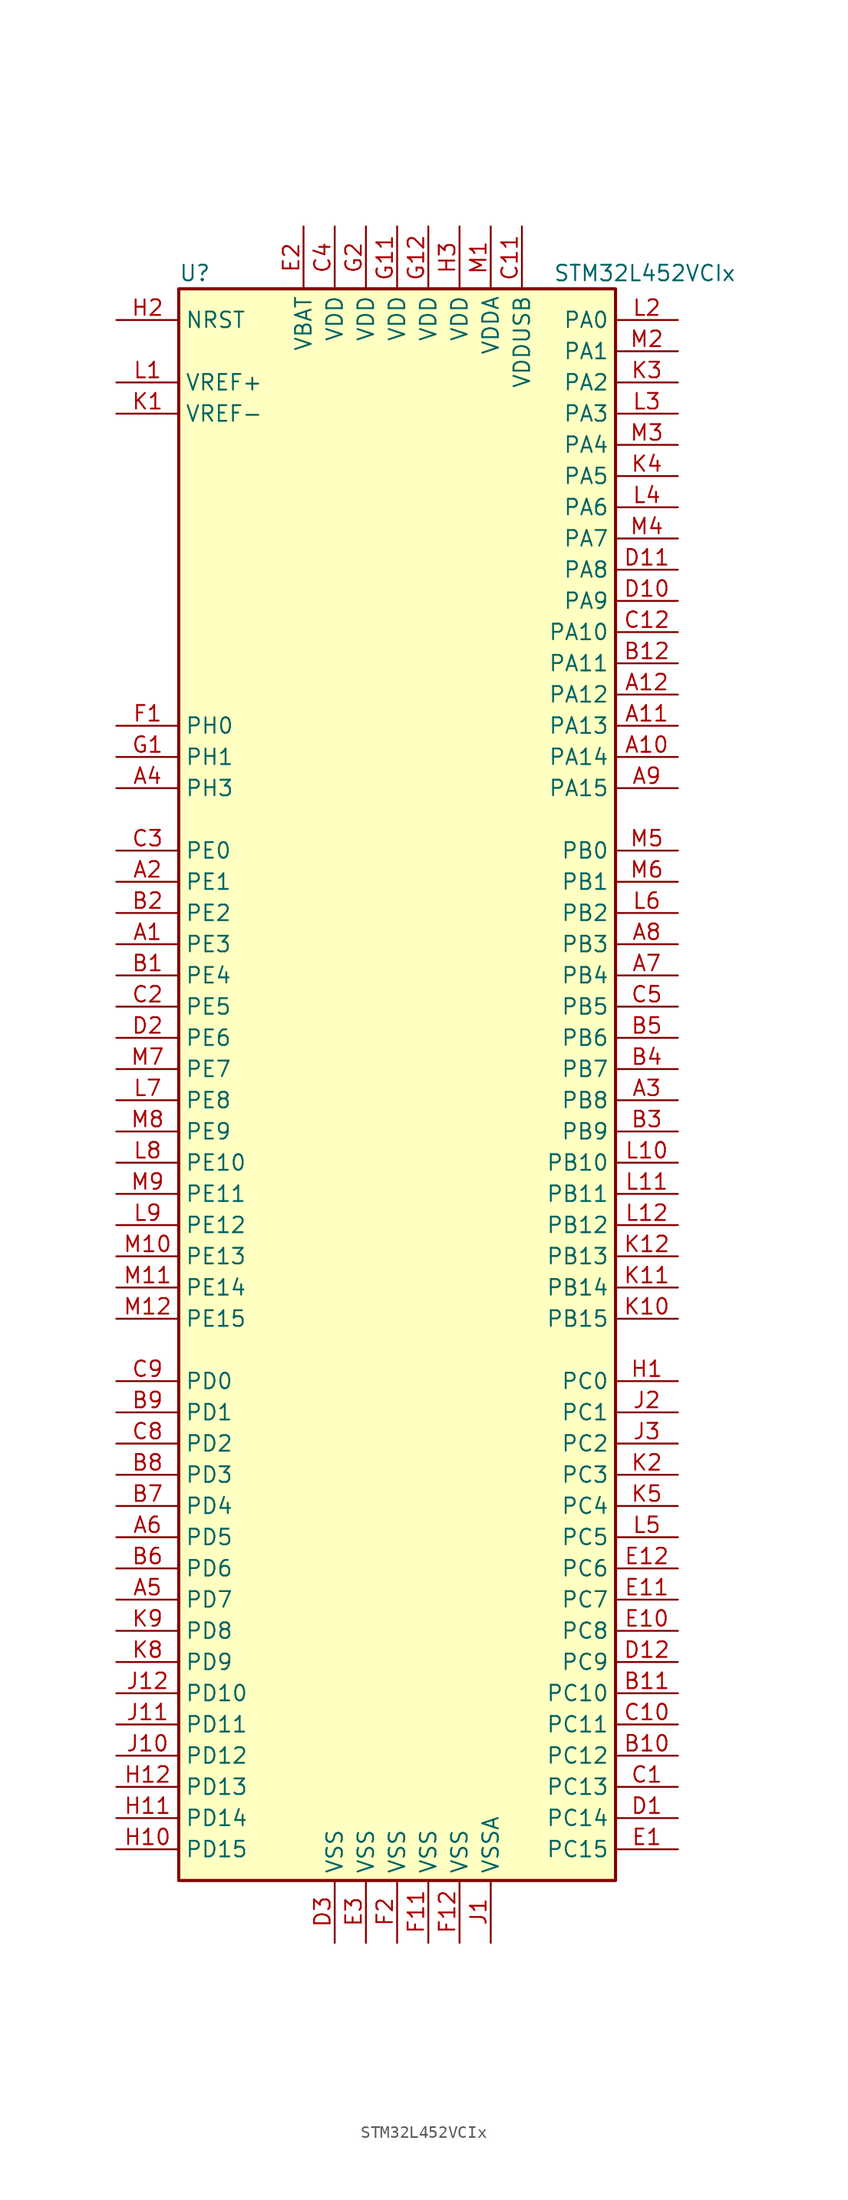
<source format=kicad_sym>
(kicad_symbol_lib
  (version 20201005)
  (generator kicad_symbol_editor)
  (symbol "STM32L452VCIx"
    (property "Reference" "U"
      (at -17.78 64.77 0)
      (effects (font (size 1.27 1.27)) (justify left)))
    (property "Value" "STM32L452VCIx"
      (at 12.7 64.77 0)
      (effects (font (size 1.27 1.27)) (justify left)))
    (symbol "STM32L452VCIx_0_1"
      (rectangle (start -17.78 -66.04) (end 17.78 63.5) (stroke (width 0.254)) (fill (type background))))
    (symbol "STM32L452VCIx_1_1"
      (pin bidirectional line (at -22.86 10.16 0) (length 5.08) (name "PE3" (effects (font (size 1.27 1.27)))) (number "A1" (effects (font (size 1.27 1.27)))))
      (pin bidirectional line (at 22.86 25.4 180) (length 5.08) (name "PA14" (effects (font (size 1.27 1.27)))) (number "A10" (effects (font (size 1.27 1.27)))))
      (pin bidirectional line (at 22.86 27.94 180) (length 5.08) (name "PA13" (effects (font (size 1.27 1.27)))) (number "A11" (effects (font (size 1.27 1.27)))))
      (pin bidirectional line (at 22.86 30.48 180) (length 5.08) (name "PA12" (effects (font (size 1.27 1.27)))) (number "A12" (effects (font (size 1.27 1.27)))))
      (pin bidirectional line (at -22.86 15.24 0) (length 5.08) (name "PE1" (effects (font (size 1.27 1.27)))) (number "A2" (effects (font (size 1.27 1.27)))))
      (pin bidirectional line (at 22.86 -2.54 180) (length 5.08) (name "PB8" (effects (font (size 1.27 1.27)))) (number "A3" (effects (font (size 1.27 1.27)))))
      (pin bidirectional line (at -22.86 22.86 0) (length 5.08) (name "PH3" (effects (font (size 1.27 1.27)))) (number "A4" (effects (font (size 1.27 1.27)))))
      (pin bidirectional line (at -22.86 -43.18 0) (length 5.08) (name "PD7" (effects (font (size 1.27 1.27)))) (number "A5" (effects (font (size 1.27 1.27)))))
      (pin bidirectional line (at -22.86 -38.1 0) (length 5.08) (name "PD5" (effects (font (size 1.27 1.27)))) (number "A6" (effects (font (size 1.27 1.27)))))
      (pin bidirectional line (at 22.86 7.62 180) (length 5.08) (name "PB4" (effects (font (size 1.27 1.27)))) (number "A7" (effects (font (size 1.27 1.27)))))
      (pin bidirectional line (at 22.86 10.16 180) (length 5.08) (name "PB3" (effects (font (size 1.27 1.27)))) (number "A8" (effects (font (size 1.27 1.27)))))
      (pin bidirectional line (at 22.86 22.86 180) (length 5.08) (name "PA15" (effects (font (size 1.27 1.27)))) (number "A9" (effects (font (size 1.27 1.27)))))
      (pin bidirectional line (at -22.86 7.62 0) (length 5.08) (name "PE4" (effects (font (size 1.27 1.27)))) (number "B1" (effects (font (size 1.27 1.27)))))
      (pin bidirectional line (at 22.86 -55.88 180) (length 5.08) (name "PC12" (effects (font (size 1.27 1.27)))) (number "B10" (effects (font (size 1.27 1.27)))))
      (pin bidirectional line (at 22.86 -50.8 180) (length 5.08) (name "PC10" (effects (font (size 1.27 1.27)))) (number "B11" (effects (font (size 1.27 1.27)))))
      (pin bidirectional line (at 22.86 33.02 180) (length 5.08) (name "PA11" (effects (font (size 1.27 1.27)))) (number "B12" (effects (font (size 1.27 1.27)))))
      (pin bidirectional line (at -22.86 12.7 0) (length 5.08) (name "PE2" (effects (font (size 1.27 1.27)))) (number "B2" (effects (font (size 1.27 1.27)))))
      (pin bidirectional line (at 22.86 -5.08 180) (length 5.08) (name "PB9" (effects (font (size 1.27 1.27)))) (number "B3" (effects (font (size 1.27 1.27)))))
      (pin bidirectional line (at 22.86 0 180) (length 5.08) (name "PB7" (effects (font (size 1.27 1.27)))) (number "B4" (effects (font (size 1.27 1.27)))))
      (pin bidirectional line (at 22.86 2.54 180) (length 5.08) (name "PB6" (effects (font (size 1.27 1.27)))) (number "B5" (effects (font (size 1.27 1.27)))))
      (pin bidirectional line (at -22.86 -40.64 0) (length 5.08) (name "PD6" (effects (font (size 1.27 1.27)))) (number "B6" (effects (font (size 1.27 1.27)))))
      (pin bidirectional line (at -22.86 -35.56 0) (length 5.08) (name "PD4" (effects (font (size 1.27 1.27)))) (number "B7" (effects (font (size 1.27 1.27)))))
      (pin bidirectional line (at -22.86 -33.02 0) (length 5.08) (name "PD3" (effects (font (size 1.27 1.27)))) (number "B8" (effects (font (size 1.27 1.27)))))
      (pin bidirectional line (at -22.86 -27.94 0) (length 5.08) (name "PD1" (effects (font (size 1.27 1.27)))) (number "B9" (effects (font (size 1.27 1.27)))))
      (pin bidirectional line (at 22.86 -58.42 180) (length 5.08) (name "PC13" (effects (font (size 1.27 1.27)))) (number "C1" (effects (font (size 1.27 1.27)))))
      (pin bidirectional line (at 22.86 -53.34 180) (length 5.08) (name "PC11" (effects (font (size 1.27 1.27)))) (number "C10" (effects (font (size 1.27 1.27)))))
      (pin power_in line (at 10.16 68.58 270) (length 5.08) (name "VDDUSB" (effects (font (size 1.27 1.27)))) (number "C11" (effects (font (size 1.27 1.27)))))
      (pin bidirectional line (at 22.86 35.56 180) (length 5.08) (name "PA10" (effects (font (size 1.27 1.27)))) (number "C12" (effects (font (size 1.27 1.27)))))
      (pin bidirectional line (at -22.86 5.08 0) (length 5.08) (name "PE5" (effects (font (size 1.27 1.27)))) (number "C2" (effects (font (size 1.27 1.27)))))
      (pin bidirectional line (at -22.86 17.78 0) (length 5.08) (name "PE0" (effects (font (size 1.27 1.27)))) (number "C3" (effects (font (size 1.27 1.27)))))
      (pin power_in line (at -5.08 68.58 270) (length 5.08) (name "VDD" (effects (font (size 1.27 1.27)))) (number "C4" (effects (font (size 1.27 1.27)))))
      (pin bidirectional line (at 22.86 5.08 180) (length 5.08) (name "PB5" (effects (font (size 1.27 1.27)))) (number "C5" (effects (font (size 1.27 1.27)))))
      (pin bidirectional line (at -22.86 -30.48 0) (length 5.08) (name "PD2" (effects (font (size 1.27 1.27)))) (number "C8" (effects (font (size 1.27 1.27)))))
      (pin bidirectional line (at -22.86 -25.4 0) (length 5.08) (name "PD0" (effects (font (size 1.27 1.27)))) (number "C9" (effects (font (size 1.27 1.27)))))
      (pin bidirectional line (at 22.86 -60.96 180) (length 5.08) (name "PC14" (effects (font (size 1.27 1.27)))) (number "D1" (effects (font (size 1.27 1.27)))))
      (pin bidirectional line (at 22.86 38.1 180) (length 5.08) (name "PA9" (effects (font (size 1.27 1.27)))) (number "D10" (effects (font (size 1.27 1.27)))))
      (pin bidirectional line (at 22.86 40.64 180) (length 5.08) (name "PA8" (effects (font (size 1.27 1.27)))) (number "D11" (effects (font (size 1.27 1.27)))))
      (pin bidirectional line (at 22.86 -48.26 180) (length 5.08) (name "PC9" (effects (font (size 1.27 1.27)))) (number "D12" (effects (font (size 1.27 1.27)))))
      (pin bidirectional line (at -22.86 2.54 0) (length 5.08) (name "PE6" (effects (font (size 1.27 1.27)))) (number "D2" (effects (font (size 1.27 1.27)))))
      (pin power_in line (at -5.08 -71.12 90) (length 5.08) (name "VSS" (effects (font (size 1.27 1.27)))) (number "D3" (effects (font (size 1.27 1.27)))))
      (pin bidirectional line (at 22.86 -63.5 180) (length 5.08) (name "PC15" (effects (font (size 1.27 1.27)))) (number "E1" (effects (font (size 1.27 1.27)))))
      (pin bidirectional line (at 22.86 -45.72 180) (length 5.08) (name "PC8" (effects (font (size 1.27 1.27)))) (number "E10" (effects (font (size 1.27 1.27)))))
      (pin bidirectional line (at 22.86 -43.18 180) (length 5.08) (name "PC7" (effects (font (size 1.27 1.27)))) (number "E11" (effects (font (size 1.27 1.27)))))
      (pin bidirectional line (at 22.86 -40.64 180) (length 5.08) (name "PC6" (effects (font (size 1.27 1.27)))) (number "E12" (effects (font (size 1.27 1.27)))))
      (pin power_in line (at -7.62 68.58 270) (length 5.08) (name "VBAT" (effects (font (size 1.27 1.27)))) (number "E2" (effects (font (size 1.27 1.27)))))
      (pin power_in line (at -2.54 -71.12 90) (length 5.08) (name "VSS" (effects (font (size 1.27 1.27)))) (number "E3" (effects (font (size 1.27 1.27)))))
      (pin input line (at -22.86 27.94 0) (length 5.08) (name "PH0" (effects (font (size 1.27 1.27)))) (number "F1" (effects (font (size 1.27 1.27)))))
      (pin power_in line (at 2.54 -71.12 90) (length 5.08) (name "VSS" (effects (font (size 1.27 1.27)))) (number "F11" (effects (font (size 1.27 1.27)))))
      (pin power_in line (at 5.08 -71.12 90) (length 5.08) (name "VSS" (effects (font (size 1.27 1.27)))) (number "F12" (effects (font (size 1.27 1.27)))))
      (pin power_in line (at 0 -71.12 90) (length 5.08) (name "VSS" (effects (font (size 1.27 1.27)))) (number "F2" (effects (font (size 1.27 1.27)))))
      (pin input line (at -22.86 25.4 0) (length 5.08) (name "PH1" (effects (font (size 1.27 1.27)))) (number "G1" (effects (font (size 1.27 1.27)))))
      (pin power_in line (at 0 68.58 270) (length 5.08) (name "VDD" (effects (font (size 1.27 1.27)))) (number "G11" (effects (font (size 1.27 1.27)))))
      (pin power_in line (at 2.54 68.58 270) (length 5.08) (name "VDD" (effects (font (size 1.27 1.27)))) (number "G12" (effects (font (size 1.27 1.27)))))
      (pin power_in line (at -2.54 68.58 270) (length 5.08) (name "VDD" (effects (font (size 1.27 1.27)))) (number "G2" (effects (font (size 1.27 1.27)))))
      (pin bidirectional line (at 22.86 -25.4 180) (length 5.08) (name "PC0" (effects (font (size 1.27 1.27)))) (number "H1" (effects (font (size 1.27 1.27)))))
      (pin bidirectional line (at -22.86 -63.5 0) (length 5.08) (name "PD15" (effects (font (size 1.27 1.27)))) (number "H10" (effects (font (size 1.27 1.27)))))
      (pin bidirectional line (at -22.86 -60.96 0) (length 5.08) (name "PD14" (effects (font (size 1.27 1.27)))) (number "H11" (effects (font (size 1.27 1.27)))))
      (pin bidirectional line (at -22.86 -58.42 0) (length 5.08) (name "PD13" (effects (font (size 1.27 1.27)))) (number "H12" (effects (font (size 1.27 1.27)))))
      (pin input line (at -22.86 60.96 0) (length 5.08) (name "NRST" (effects (font (size 1.27 1.27)))) (number "H2" (effects (font (size 1.27 1.27)))))
      (pin power_in line (at 5.08 68.58 270) (length 5.08) (name "VDD" (effects (font (size 1.27 1.27)))) (number "H3" (effects (font (size 1.27 1.27)))))
      (pin power_in line (at 7.62 -71.12 90) (length 5.08) (name "VSSA" (effects (font (size 1.27 1.27)))) (number "J1" (effects (font (size 1.27 1.27)))))
      (pin bidirectional line (at -22.86 -55.88 0) (length 5.08) (name "PD12" (effects (font (size 1.27 1.27)))) (number "J10" (effects (font (size 1.27 1.27)))))
      (pin bidirectional line (at -22.86 -53.34 0) (length 5.08) (name "PD11" (effects (font (size 1.27 1.27)))) (number "J11" (effects (font (size 1.27 1.27)))))
      (pin bidirectional line (at -22.86 -50.8 0) (length 5.08) (name "PD10" (effects (font (size 1.27 1.27)))) (number "J12" (effects (font (size 1.27 1.27)))))
      (pin bidirectional line (at 22.86 -27.94 180) (length 5.08) (name "PC1" (effects (font (size 1.27 1.27)))) (number "J2" (effects (font (size 1.27 1.27)))))
      (pin bidirectional line (at 22.86 -30.48 180) (length 5.08) (name "PC2" (effects (font (size 1.27 1.27)))) (number "J3" (effects (font (size 1.27 1.27)))))
      (pin power_in line (at -22.86 53.34 0) (length 5.08) (name "VREF-" (effects (font (size 1.27 1.27)))) (number "K1" (effects (font (size 1.27 1.27)))))
      (pin bidirectional line (at 22.86 -20.32 180) (length 5.08) (name "PB15" (effects (font (size 1.27 1.27)))) (number "K10" (effects (font (size 1.27 1.27)))))
      (pin bidirectional line (at 22.86 -17.78 180) (length 5.08) (name "PB14" (effects (font (size 1.27 1.27)))) (number "K11" (effects (font (size 1.27 1.27)))))
      (pin bidirectional line (at 22.86 -15.24 180) (length 5.08) (name "PB13" (effects (font (size 1.27 1.27)))) (number "K12" (effects (font (size 1.27 1.27)))))
      (pin bidirectional line (at 22.86 -33.02 180) (length 5.08) (name "PC3" (effects (font (size 1.27 1.27)))) (number "K2" (effects (font (size 1.27 1.27)))))
      (pin bidirectional line (at 22.86 55.88 180) (length 5.08) (name "PA2" (effects (font (size 1.27 1.27)))) (number "K3" (effects (font (size 1.27 1.27)))))
      (pin bidirectional line (at 22.86 48.26 180) (length 5.08) (name "PA5" (effects (font (size 1.27 1.27)))) (number "K4" (effects (font (size 1.27 1.27)))))
      (pin bidirectional line (at 22.86 -35.56 180) (length 5.08) (name "PC4" (effects (font (size 1.27 1.27)))) (number "K5" (effects (font (size 1.27 1.27)))))
      (pin bidirectional line (at -22.86 -48.26 0) (length 5.08) (name "PD9" (effects (font (size 1.27 1.27)))) (number "K8" (effects (font (size 1.27 1.27)))))
      (pin bidirectional line (at -22.86 -45.72 0) (length 5.08) (name "PD8" (effects (font (size 1.27 1.27)))) (number "K9" (effects (font (size 1.27 1.27)))))
      (pin bidirectional line (at -22.86 55.88 0) (length 5.08) (name "VREF+" (effects (font (size 1.27 1.27)))) (number "L1" (effects (font (size 1.27 1.27)))))
      (pin bidirectional line (at 22.86 -7.62 180) (length 5.08) (name "PB10" (effects (font (size 1.27 1.27)))) (number "L10" (effects (font (size 1.27 1.27)))))
      (pin bidirectional line (at 22.86 -10.16 180) (length 5.08) (name "PB11" (effects (font (size 1.27 1.27)))) (number "L11" (effects (font (size 1.27 1.27)))))
      (pin bidirectional line (at 22.86 -12.7 180) (length 5.08) (name "PB12" (effects (font (size 1.27 1.27)))) (number "L12" (effects (font (size 1.27 1.27)))))
      (pin bidirectional line (at 22.86 60.96 180) (length 5.08) (name "PA0" (effects (font (size 1.27 1.27)))) (number "L2" (effects (font (size 1.27 1.27)))))
      (pin bidirectional line (at 22.86 53.34 180) (length 5.08) (name "PA3" (effects (font (size 1.27 1.27)))) (number "L3" (effects (font (size 1.27 1.27)))))
      (pin bidirectional line (at 22.86 45.72 180) (length 5.08) (name "PA6" (effects (font (size 1.27 1.27)))) (number "L4" (effects (font (size 1.27 1.27)))))
      (pin bidirectional line (at 22.86 -38.1 180) (length 5.08) (name "PC5" (effects (font (size 1.27 1.27)))) (number "L5" (effects (font (size 1.27 1.27)))))
      (pin bidirectional line (at 22.86 12.7 180) (length 5.08) (name "PB2" (effects (font (size 1.27 1.27)))) (number "L6" (effects (font (size 1.27 1.27)))))
      (pin bidirectional line (at -22.86 -2.54 0) (length 5.08) (name "PE8" (effects (font (size 1.27 1.27)))) (number "L7" (effects (font (size 1.27 1.27)))))
      (pin bidirectional line (at -22.86 -7.62 0) (length 5.08) (name "PE10" (effects (font (size 1.27 1.27)))) (number "L8" (effects (font (size 1.27 1.27)))))
      (pin bidirectional line (at -22.86 -12.7 0) (length 5.08) (name "PE12" (effects (font (size 1.27 1.27)))) (number "L9" (effects (font (size 1.27 1.27)))))
      (pin power_in line (at 7.62 68.58 270) (length 5.08) (name "VDDA" (effects (font (size 1.27 1.27)))) (number "M1" (effects (font (size 1.27 1.27)))))
      (pin bidirectional line (at -22.86 -15.24 0) (length 5.08) (name "PE13" (effects (font (size 1.27 1.27)))) (number "M10" (effects (font (size 1.27 1.27)))))
      (pin bidirectional line (at -22.86 -17.78 0) (length 5.08) (name "PE14" (effects (font (size 1.27 1.27)))) (number "M11" (effects (font (size 1.27 1.27)))))
      (pin bidirectional line (at -22.86 -20.32 0) (length 5.08) (name "PE15" (effects (font (size 1.27 1.27)))) (number "M12" (effects (font (size 1.27 1.27)))))
      (pin bidirectional line (at 22.86 58.42 180) (length 5.08) (name "PA1" (effects (font (size 1.27 1.27)))) (number "M2" (effects (font (size 1.27 1.27)))))
      (pin bidirectional line (at 22.86 50.8 180) (length 5.08) (name "PA4" (effects (font (size 1.27 1.27)))) (number "M3" (effects (font (size 1.27 1.27)))))
      (pin bidirectional line (at 22.86 43.18 180) (length 5.08) (name "PA7" (effects (font (size 1.27 1.27)))) (number "M4" (effects (font (size 1.27 1.27)))))
      (pin bidirectional line (at 22.86 17.78 180) (length 5.08) (name "PB0" (effects (font (size 1.27 1.27)))) (number "M5" (effects (font (size 1.27 1.27)))))
      (pin bidirectional line (at 22.86 15.24 180) (length 5.08) (name "PB1" (effects (font (size 1.27 1.27)))) (number "M6" (effects (font (size 1.27 1.27)))))
      (pin bidirectional line (at -22.86 0 0) (length 5.08) (name "PE7" (effects (font (size 1.27 1.27)))) (number "M7" (effects (font (size 1.27 1.27)))))
      (pin bidirectional line (at -22.86 -5.08 0) (length 5.08) (name "PE9" (effects (font (size 1.27 1.27)))) (number "M8" (effects (font (size 1.27 1.27)))))
      (pin bidirectional line (at -22.86 -10.16 0) (length 5.08) (name "PE11" (effects (font (size 1.27 1.27)))) (number "M9" (effects (font (size 1.27 1.27))))))))
</source>
